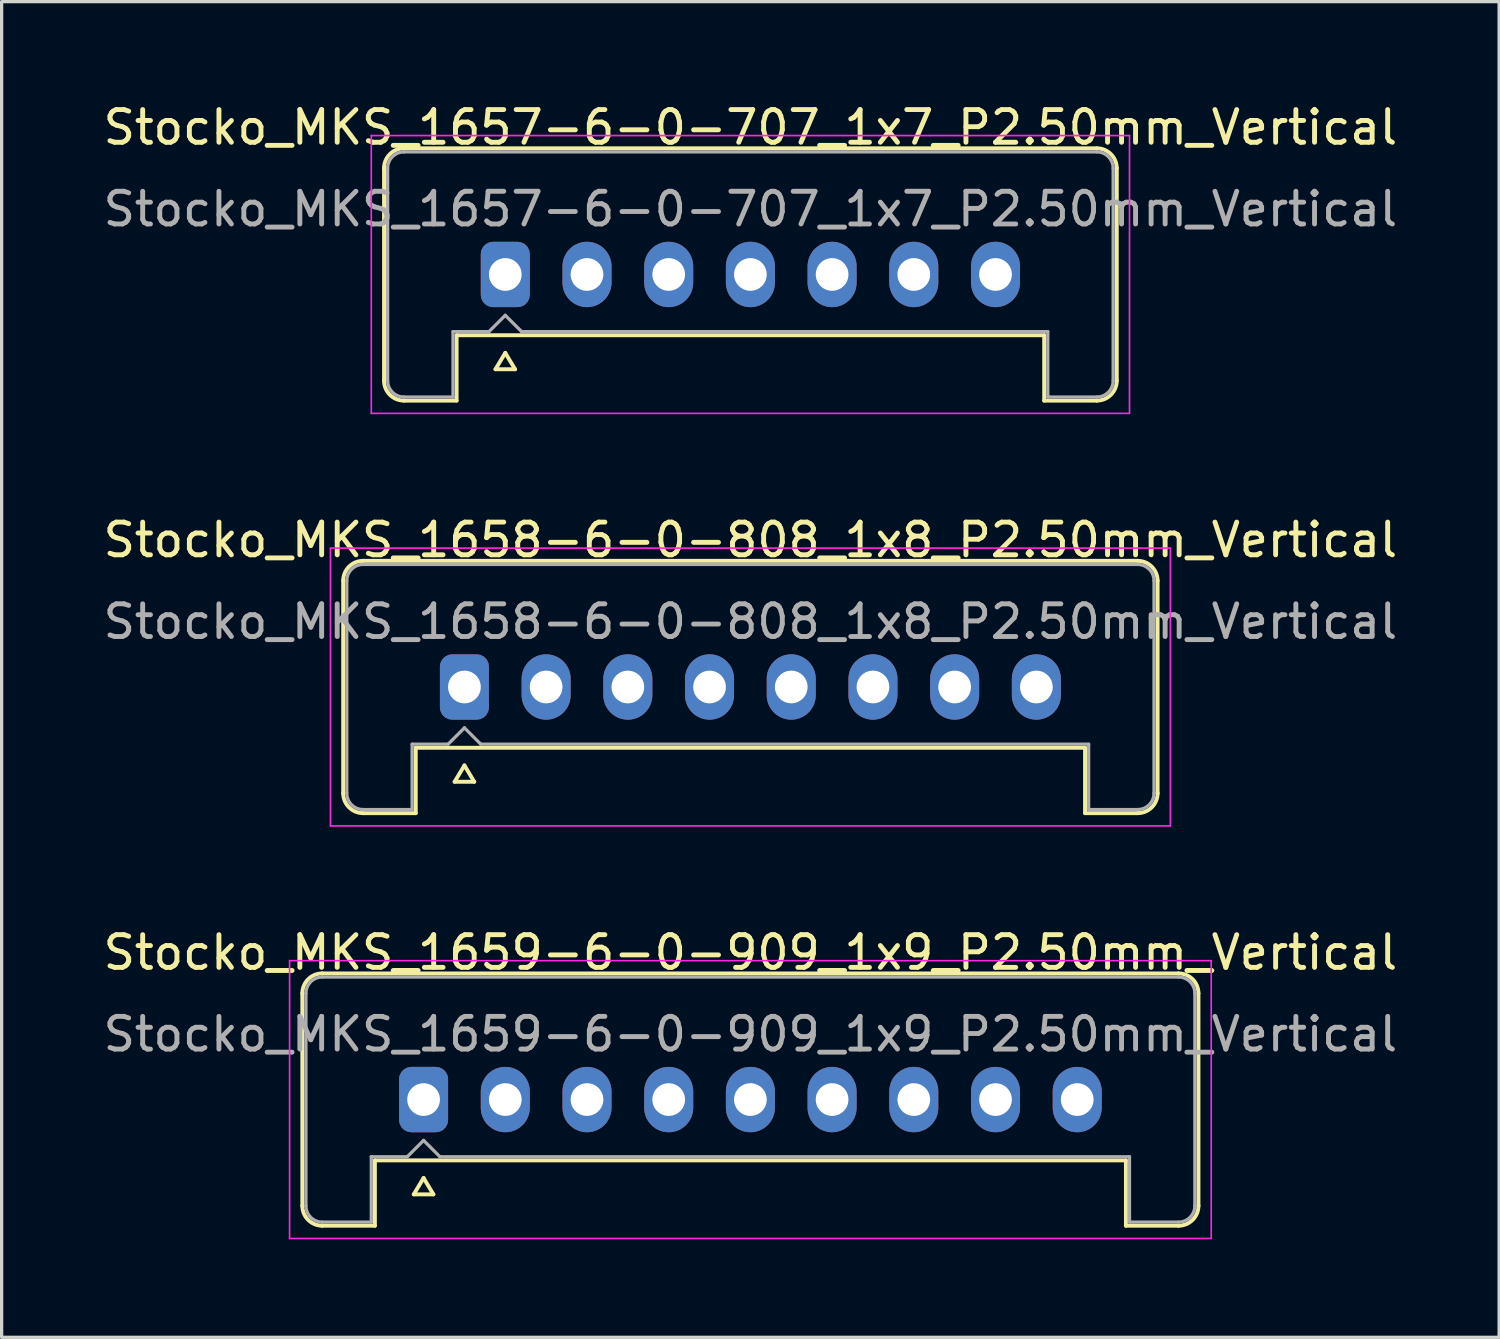
<source format=kicad_pcb>
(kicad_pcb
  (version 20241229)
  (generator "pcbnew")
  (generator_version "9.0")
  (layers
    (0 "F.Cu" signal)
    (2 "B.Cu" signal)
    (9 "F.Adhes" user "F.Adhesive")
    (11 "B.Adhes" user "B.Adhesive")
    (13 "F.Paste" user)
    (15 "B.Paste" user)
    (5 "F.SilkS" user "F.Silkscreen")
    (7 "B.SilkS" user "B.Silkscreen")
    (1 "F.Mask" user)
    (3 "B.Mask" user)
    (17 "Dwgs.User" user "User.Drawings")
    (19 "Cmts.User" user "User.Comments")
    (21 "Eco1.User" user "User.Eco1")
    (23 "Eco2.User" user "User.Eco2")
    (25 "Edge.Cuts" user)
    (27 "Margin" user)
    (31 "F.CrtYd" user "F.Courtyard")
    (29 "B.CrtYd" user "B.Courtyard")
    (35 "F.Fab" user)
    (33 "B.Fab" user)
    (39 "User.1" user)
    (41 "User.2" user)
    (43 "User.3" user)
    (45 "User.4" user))
  (footprint "Stocko_MKS_1657-6-0-707_1x7_P2.50mm_Vertical"
    (layer "F.Cu")
    (at 12.411 5.348)
    (property "Reference" "Stocko_MKS_1657-6-0-707_1x7_P2.50mm_Vertical" (at 7.5 -4.5 0) (layer "F.SilkS") (effects (font (size 1 1) (thickness 0.15))))
    (attr through_hole)
    (fp_line (start -3.71 -3.25) (end -3.71 3.25) (stroke (width 0.12) (type solid)) (layer "F.SilkS"))
    (fp_line (start -3.1 -3.86) (end 18.1 -3.86) (stroke (width 0.12) (type solid)) (layer "F.SilkS"))
    (fp_line (start -3.1 3.86) (end -1.49 3.86) (stroke (width 0.12) (type solid)) (layer "F.SilkS"))
    (fp_line (start -1.49 1.86) (end 16.49 1.86) (stroke (width 0.12) (type solid)) (layer "F.SilkS"))
    (fp_line (start -1.49 3.86) (end -1.49 1.86) (stroke (width 0.12) (type solid)) (layer "F.SilkS"))
    (fp_line (start -0.3 2.9) (end 0.3 2.9) (stroke (width 0.12) (type solid)) (layer "F.SilkS"))
    (fp_line (start 0 2.4) (end -0.3 2.9) (stroke (width 0.12) (type solid)) (layer "F.SilkS"))
    (fp_line (start 0.3 2.9) (end 0 2.4) (stroke (width 0.12) (type solid)) (layer "F.SilkS"))
    (fp_line (start 16.49 3.86) (end 16.49 1.86) (stroke (width 0.12) (type solid)) (layer "F.SilkS"))
    (fp_line (start 18.1 3.86) (end 16.49 3.86) (stroke (width 0.12) (type solid)) (layer "F.SilkS"))
    (fp_line (start 18.71 -3.25) (end 18.71 3.25) (stroke (width 0.12) (type solid)) (layer "F.SilkS"))
    (fp_arc (start -3.71 -3.25) (mid -3.531335 -3.681335) (end -3.1 -3.86) (stroke (width 0.12) (type solid)) (layer "F.SilkS"))
    (fp_arc (start -3.1 3.86) (mid -3.531335 3.681335) (end -3.71 3.25) (stroke (width 0.12) (type solid)) (layer "F.SilkS"))
    (fp_arc (start 18.1 -3.86) (mid 18.531335 -3.681335) (end 18.71 -3.25) (stroke (width 0.12) (type solid)) (layer "F.SilkS"))
    (fp_arc (start 18.71 3.25) (mid 18.531335 3.681335) (end 18.1 3.86) (stroke (width 0.12) (type solid)) (layer "F.SilkS"))
    (fp_line (start -4.1 -4.25) (end -4.1 4.25) (stroke (width 0.05) (type solid)) (layer "F.CrtYd"))
    (fp_line (start -4.1 4.25) (end 19.1 4.25) (stroke (width 0.05) (type solid)) (layer "F.CrtYd"))
    (fp_line (start 19.1 -4.25) (end -4.1 -4.25) (stroke (width 0.05) (type solid)) (layer "F.CrtYd"))
    (fp_line (start 19.1 4.25) (end 19.1 -4.25) (stroke (width 0.05) (type solid)) (layer "F.CrtYd"))
    (fp_line (start -3.6 -3.25) (end -3.6 3.25) (stroke (width 0.1) (type solid)) (layer "F.Fab"))
    (fp_line (start -3.1 -3.75) (end 18.1 -3.75) (stroke (width 0.1) (type solid)) (layer "F.Fab"))
    (fp_line (start -3.1 3.75) (end -1.6 3.75) (stroke (width 0.1) (type solid)) (layer "F.Fab"))
    (fp_line (start -1.6 1.75) (end -0.5 1.75) (stroke (width 0.1) (type solid)) (layer "F.Fab"))
    (fp_line (start -1.6 3.75) (end -1.6 1.75) (stroke (width 0.1) (type solid)) (layer "F.Fab"))
    (fp_line (start -0.5 1.75) (end 0 1.25) (stroke (width 0.1) (type solid)) (layer "F.Fab"))
    (fp_line (start 0 1.25) (end 0.5 1.75) (stroke (width 0.1) (type solid)) (layer "F.Fab"))
    (fp_line (start 0.5 1.75) (end 16.6 1.75) (stroke (width 0.1) (type solid)) (layer "F.Fab"))
    (fp_line (start 16.6 3.75) (end 16.6 1.75) (stroke (width 0.1) (type solid)) (layer "F.Fab"))
    (fp_line (start 18.1 3.75) (end 16.6 3.75) (stroke (width 0.1) (type solid)) (layer "F.Fab"))
    (fp_line (start 18.6 -3.25) (end 18.6 3.25) (stroke (width 0.1) (type solid)) (layer "F.Fab"))
    (fp_arc (start -3.6 -3.25) (mid -3.453553 -3.603553) (end -3.1 -3.75) (stroke (width 0.1) (type solid)) (layer "F.Fab"))
    (fp_arc (start -3.1 3.75) (mid -3.453553 3.603553) (end -3.6 3.25) (stroke (width 0.1) (type solid)) (layer "F.Fab"))
    (fp_arc (start 18.1 -3.75) (mid 18.453553 -3.603553) (end 18.6 -3.25) (stroke (width 0.1) (type solid)) (layer "F.Fab"))
    (fp_arc (start 18.6 3.25) (mid 18.453553 3.603553) (end 18.1 3.75) (stroke (width 0.1) (type solid)) (layer "F.Fab"))
    (fp_text user "${REFERENCE}" (at 7.5 -2 0) (layer "F.Fab") (effects (font (size 1 1) (thickness 0.15))))
    (pad "1" thru_hole roundrect (at 0 0) (size 1.5 2) (drill 1) (layers "*.Cu" "*.Mask") (roundrect_rratio 0.25))
    (pad "2" thru_hole oval (at 2.5 0) (size 1.5 2) (drill 1) (layers "*.Cu" "*.Mask"))
    (pad "3" thru_hole oval (at 5 0) (size 1.5 2) (drill 1) (layers "*.Cu" "*.Mask"))
    (pad "4" thru_hole oval (at 7.5 0) (size 1.5 2) (drill 1) (layers "*.Cu" "*.Mask"))
    (pad "5" thru_hole oval (at 10 0) (size 1.5 2) (drill 1) (layers "*.Cu" "*.Mask"))
    (pad "6" thru_hole oval (at 12.5 0) (size 1.5 2) (drill 1) (layers "*.Cu" "*.Mask"))
    (pad "7" thru_hole oval (at 15 0) (size 1.5 2) (drill 1) (layers "*.Cu" "*.Mask")))
  (footprint "Stocko_MKS_1659-6-0-909_1x9_P2.50mm_Vertical"
    (layer "F.Cu")
    (at 9.911 30.595)
    (property "Reference" "Stocko_MKS_1659-6-0-909_1x9_P2.50mm_Vertical" (at 10 -4.5 0) (layer "F.SilkS") (effects (font (size 1 1) (thickness 0.15))))
    (attr through_hole)
    (fp_line (start -3.71 -3.25) (end -3.71 3.25) (stroke (width 0.12) (type solid)) (layer "F.SilkS"))
    (fp_line (start -3.1 -3.86) (end 23.1 -3.86) (stroke (width 0.12) (type solid)) (layer "F.SilkS"))
    (fp_line (start -3.1 3.86) (end -1.49 3.86) (stroke (width 0.12) (type solid)) (layer "F.SilkS"))
    (fp_line (start -1.49 1.86) (end 21.49 1.86) (stroke (width 0.12) (type solid)) (layer "F.SilkS"))
    (fp_line (start -1.49 3.86) (end -1.49 1.86) (stroke (width 0.12) (type solid)) (layer "F.SilkS"))
    (fp_line (start -0.3 2.9) (end 0.3 2.9) (stroke (width 0.12) (type solid)) (layer "F.SilkS"))
    (fp_line (start 0 2.4) (end -0.3 2.9) (stroke (width 0.12) (type solid)) (layer "F.SilkS"))
    (fp_line (start 0.3 2.9) (end 0 2.4) (stroke (width 0.12) (type solid)) (layer "F.SilkS"))
    (fp_line (start 21.49 3.86) (end 21.49 1.86) (stroke (width 0.12) (type solid)) (layer "F.SilkS"))
    (fp_line (start 23.1 3.86) (end 21.49 3.86) (stroke (width 0.12) (type solid)) (layer "F.SilkS"))
    (fp_line (start 23.71 -3.25) (end 23.71 3.25) (stroke (width 0.12) (type solid)) (layer "F.SilkS"))
    (fp_arc (start -3.71 -3.25) (mid -3.531335 -3.681335) (end -3.1 -3.86) (stroke (width 0.12) (type solid)) (layer "F.SilkS"))
    (fp_arc (start -3.1 3.86) (mid -3.531335 3.681335) (end -3.71 3.25) (stroke (width 0.12) (type solid)) (layer "F.SilkS"))
    (fp_arc (start 23.1 -3.86) (mid 23.531335 -3.681335) (end 23.71 -3.25) (stroke (width 0.12) (type solid)) (layer "F.SilkS"))
    (fp_arc (start 23.71 3.25) (mid 23.531335 3.681335) (end 23.1 3.86) (stroke (width 0.12) (type solid)) (layer "F.SilkS"))
    (fp_line (start -4.1 -4.25) (end -4.1 4.25) (stroke (width 0.05) (type solid)) (layer "F.CrtYd"))
    (fp_line (start -4.1 4.25) (end 24.1 4.25) (stroke (width 0.05) (type solid)) (layer "F.CrtYd"))
    (fp_line (start 24.1 -4.25) (end -4.1 -4.25) (stroke (width 0.05) (type solid)) (layer "F.CrtYd"))
    (fp_line (start 24.1 4.25) (end 24.1 -4.25) (stroke (width 0.05) (type solid)) (layer "F.CrtYd"))
    (fp_line (start -3.6 -3.25) (end -3.6 3.25) (stroke (width 0.1) (type solid)) (layer "F.Fab"))
    (fp_line (start -3.1 -3.75) (end 23.1 -3.75) (stroke (width 0.1) (type solid)) (layer "F.Fab"))
    (fp_line (start -3.1 3.75) (end -1.6 3.75) (stroke (width 0.1) (type solid)) (layer "F.Fab"))
    (fp_line (start -1.6 1.75) (end -0.5 1.75) (stroke (width 0.1) (type solid)) (layer "F.Fab"))
    (fp_line (start -1.6 3.75) (end -1.6 1.75) (stroke (width 0.1) (type solid)) (layer "F.Fab"))
    (fp_line (start -0.5 1.75) (end 0 1.25) (stroke (width 0.1) (type solid)) (layer "F.Fab"))
    (fp_line (start 0 1.25) (end 0.5 1.75) (stroke (width 0.1) (type solid)) (layer "F.Fab"))
    (fp_line (start 0.5 1.75) (end 21.6 1.75) (stroke (width 0.1) (type solid)) (layer "F.Fab"))
    (fp_line (start 21.6 3.75) (end 21.6 1.75) (stroke (width 0.1) (type solid)) (layer "F.Fab"))
    (fp_line (start 23.1 3.75) (end 21.6 3.75) (stroke (width 0.1) (type solid)) (layer "F.Fab"))
    (fp_line (start 23.6 -3.25) (end 23.6 3.25) (stroke (width 0.1) (type solid)) (layer "F.Fab"))
    (fp_arc (start -3.6 -3.25) (mid -3.453553 -3.603553) (end -3.1 -3.75) (stroke (width 0.1) (type solid)) (layer "F.Fab"))
    (fp_arc (start -3.1 3.75) (mid -3.453553 3.603553) (end -3.6 3.25) (stroke (width 0.1) (type solid)) (layer "F.Fab"))
    (fp_arc (start 23.1 -3.75) (mid 23.453553 -3.603553) (end 23.6 -3.25) (stroke (width 0.1) (type solid)) (layer "F.Fab"))
    (fp_arc (start 23.6 3.25) (mid 23.453553 3.603553) (end 23.1 3.75) (stroke (width 0.1) (type solid)) (layer "F.Fab"))
    (fp_text user "${REFERENCE}" (at 10 -2 0) (layer "F.Fab") (effects (font (size 1 1) (thickness 0.15))))
    (pad "1" thru_hole roundrect (at 0 0) (size 1.5 2) (drill 1) (layers "*.Cu" "*.Mask") (roundrect_rratio 0.25))
    (pad "2" thru_hole oval (at 2.5 0) (size 1.5 2) (drill 1) (layers "*.Cu" "*.Mask"))
    (pad "3" thru_hole oval (at 5 0) (size 1.5 2) (drill 1) (layers "*.Cu" "*.Mask"))
    (pad "4" thru_hole oval (at 7.5 0) (size 1.5 2) (drill 1) (layers "*.Cu" "*.Mask"))
    (pad "5" thru_hole oval (at 10 0) (size 1.5 2) (drill 1) (layers "*.Cu" "*.Mask"))
    (pad "6" thru_hole oval (at 12.5 0) (size 1.5 2) (drill 1) (layers "*.Cu" "*.Mask"))
    (pad "7" thru_hole oval (at 15 0) (size 1.5 2) (drill 1) (layers "*.Cu" "*.Mask"))
    (pad "8" thru_hole oval (at 17.5 0) (size 1.5 2) (drill 1) (layers "*.Cu" "*.Mask"))
    (pad "9" thru_hole oval (at 20 0) (size 1.5 2) (drill 1) (layers "*.Cu" "*.Mask")))
  (footprint "Stocko_MKS_1658-6-0-808_1x8_P2.50mm_Vertical"
    (layer "F.Cu")
    (at 11.161 17.971)
    (property "Reference" "Stocko_MKS_1658-6-0-808_1x8_P2.50mm_Vertical" (at 8.75 -4.5 0) (layer "F.SilkS") (effects (font (size 1 1) (thickness 0.15))))
    (attr through_hole)
    (fp_line (start -3.71 -3.25) (end -3.71 3.25) (stroke (width 0.12) (type solid)) (layer "F.SilkS"))
    (fp_line (start -3.1 -3.86) (end 20.6 -3.86) (stroke (width 0.12) (type solid)) (layer "F.SilkS"))
    (fp_line (start -3.1 3.86) (end -1.49 3.86) (stroke (width 0.12) (type solid)) (layer "F.SilkS"))
    (fp_line (start -1.49 1.86) (end 18.99 1.86) (stroke (width 0.12) (type solid)) (layer "F.SilkS"))
    (fp_line (start -1.49 3.86) (end -1.49 1.86) (stroke (width 0.12) (type solid)) (layer "F.SilkS"))
    (fp_line (start -0.3 2.9) (end 0.3 2.9) (stroke (width 0.12) (type solid)) (layer "F.SilkS"))
    (fp_line (start 0 2.4) (end -0.3 2.9) (stroke (width 0.12) (type solid)) (layer "F.SilkS"))
    (fp_line (start 0.3 2.9) (end 0 2.4) (stroke (width 0.12) (type solid)) (layer "F.SilkS"))
    (fp_line (start 18.99 3.86) (end 18.99 1.86) (stroke (width 0.12) (type solid)) (layer "F.SilkS"))
    (fp_line (start 20.6 3.86) (end 18.99 3.86) (stroke (width 0.12) (type solid)) (layer "F.SilkS"))
    (fp_line (start 21.21 -3.25) (end 21.21 3.25) (stroke (width 0.12) (type solid)) (layer "F.SilkS"))
    (fp_arc (start -3.71 -3.25) (mid -3.531335 -3.681335) (end -3.1 -3.86) (stroke (width 0.12) (type solid)) (layer "F.SilkS"))
    (fp_arc (start -3.1 3.86) (mid -3.531335 3.681335) (end -3.71 3.25) (stroke (width 0.12) (type solid)) (layer "F.SilkS"))
    (fp_arc (start 20.6 -3.86) (mid 21.031335 -3.681335) (end 21.21 -3.25) (stroke (width 0.12) (type solid)) (layer "F.SilkS"))
    (fp_arc (start 21.21 3.25) (mid 21.031335 3.681335) (end 20.6 3.86) (stroke (width 0.12) (type solid)) (layer "F.SilkS"))
    (fp_line (start -4.1 -4.25) (end -4.1 4.25) (stroke (width 0.05) (type solid)) (layer "F.CrtYd"))
    (fp_line (start -4.1 4.25) (end 21.6 4.25) (stroke (width 0.05) (type solid)) (layer "F.CrtYd"))
    (fp_line (start 21.6 -4.25) (end -4.1 -4.25) (stroke (width 0.05) (type solid)) (layer "F.CrtYd"))
    (fp_line (start 21.6 4.25) (end 21.6 -4.25) (stroke (width 0.05) (type solid)) (layer "F.CrtYd"))
    (fp_line (start -3.6 -3.25) (end -3.6 3.25) (stroke (width 0.1) (type solid)) (layer "F.Fab"))
    (fp_line (start -3.1 -3.75) (end 20.6 -3.75) (stroke (width 0.1) (type solid)) (layer "F.Fab"))
    (fp_line (start -3.1 3.75) (end -1.6 3.75) (stroke (width 0.1) (type solid)) (layer "F.Fab"))
    (fp_line (start -1.6 1.75) (end -0.5 1.75) (stroke (width 0.1) (type solid)) (layer "F.Fab"))
    (fp_line (start -1.6 3.75) (end -1.6 1.75) (stroke (width 0.1) (type solid)) (layer "F.Fab"))
    (fp_line (start -0.5 1.75) (end 0 1.25) (stroke (width 0.1) (type solid)) (layer "F.Fab"))
    (fp_line (start 0 1.25) (end 0.5 1.75) (stroke (width 0.1) (type solid)) (layer "F.Fab"))
    (fp_line (start 0.5 1.75) (end 19.1 1.75) (stroke (width 0.1) (type solid)) (layer "F.Fab"))
    (fp_line (start 19.1 3.75) (end 19.1 1.75) (stroke (width 0.1) (type solid)) (layer "F.Fab"))
    (fp_line (start 20.6 3.75) (end 19.1 3.75) (stroke (width 0.1) (type solid)) (layer "F.Fab"))
    (fp_line (start 21.1 -3.25) (end 21.1 3.25) (stroke (width 0.1) (type solid)) (layer "F.Fab"))
    (fp_arc (start -3.6 -3.25) (mid -3.453553 -3.603553) (end -3.1 -3.75) (stroke (width 0.1) (type solid)) (layer "F.Fab"))
    (fp_arc (start -3.1 3.75) (mid -3.453553 3.603553) (end -3.6 3.25) (stroke (width 0.1) (type solid)) (layer "F.Fab"))
    (fp_arc (start 20.6 -3.75) (mid 20.953553 -3.603553) (end 21.1 -3.25) (stroke (width 0.1) (type solid)) (layer "F.Fab"))
    (fp_arc (start 21.1 3.25) (mid 20.953553 3.603553) (end 20.6 3.75) (stroke (width 0.1) (type solid)) (layer "F.Fab"))
    (fp_text user "${REFERENCE}" (at 8.75 -2 0) (layer "F.Fab") (effects (font (size 1 1) (thickness 0.15))))
    (pad "1" thru_hole roundrect (at 0 0) (size 1.5 2) (drill 1) (layers "*.Cu" "*.Mask") (roundrect_rratio 0.25))
    (pad "2" thru_hole oval (at 2.5 0) (size 1.5 2) (drill 1) (layers "*.Cu" "*.Mask"))
    (pad "3" thru_hole oval (at 5 0) (size 1.5 2) (drill 1) (layers "*.Cu" "*.Mask"))
    (pad "4" thru_hole oval (at 7.5 0) (size 1.5 2) (drill 1) (layers "*.Cu" "*.Mask"))
    (pad "5" thru_hole oval (at 10 0) (size 1.5 2) (drill 1) (layers "*.Cu" "*.Mask"))
    (pad "6" thru_hole oval (at 12.5 0) (size 1.5 2) (drill 1) (layers "*.Cu" "*.Mask"))
    (pad "7" thru_hole oval (at 15 0) (size 1.5 2) (drill 1) (layers "*.Cu" "*.Mask"))
    (pad "8" thru_hole oval (at 17.5 0) (size 1.5 2) (drill 1) (layers "*.Cu" "*.Mask")))
  (gr_rect
    (start -3 -3)
    (end 42.821 37.87)
    (stroke (width 0.1) (type default))
    (fill no)
    (layer "Edge.Cuts")))
</source>
